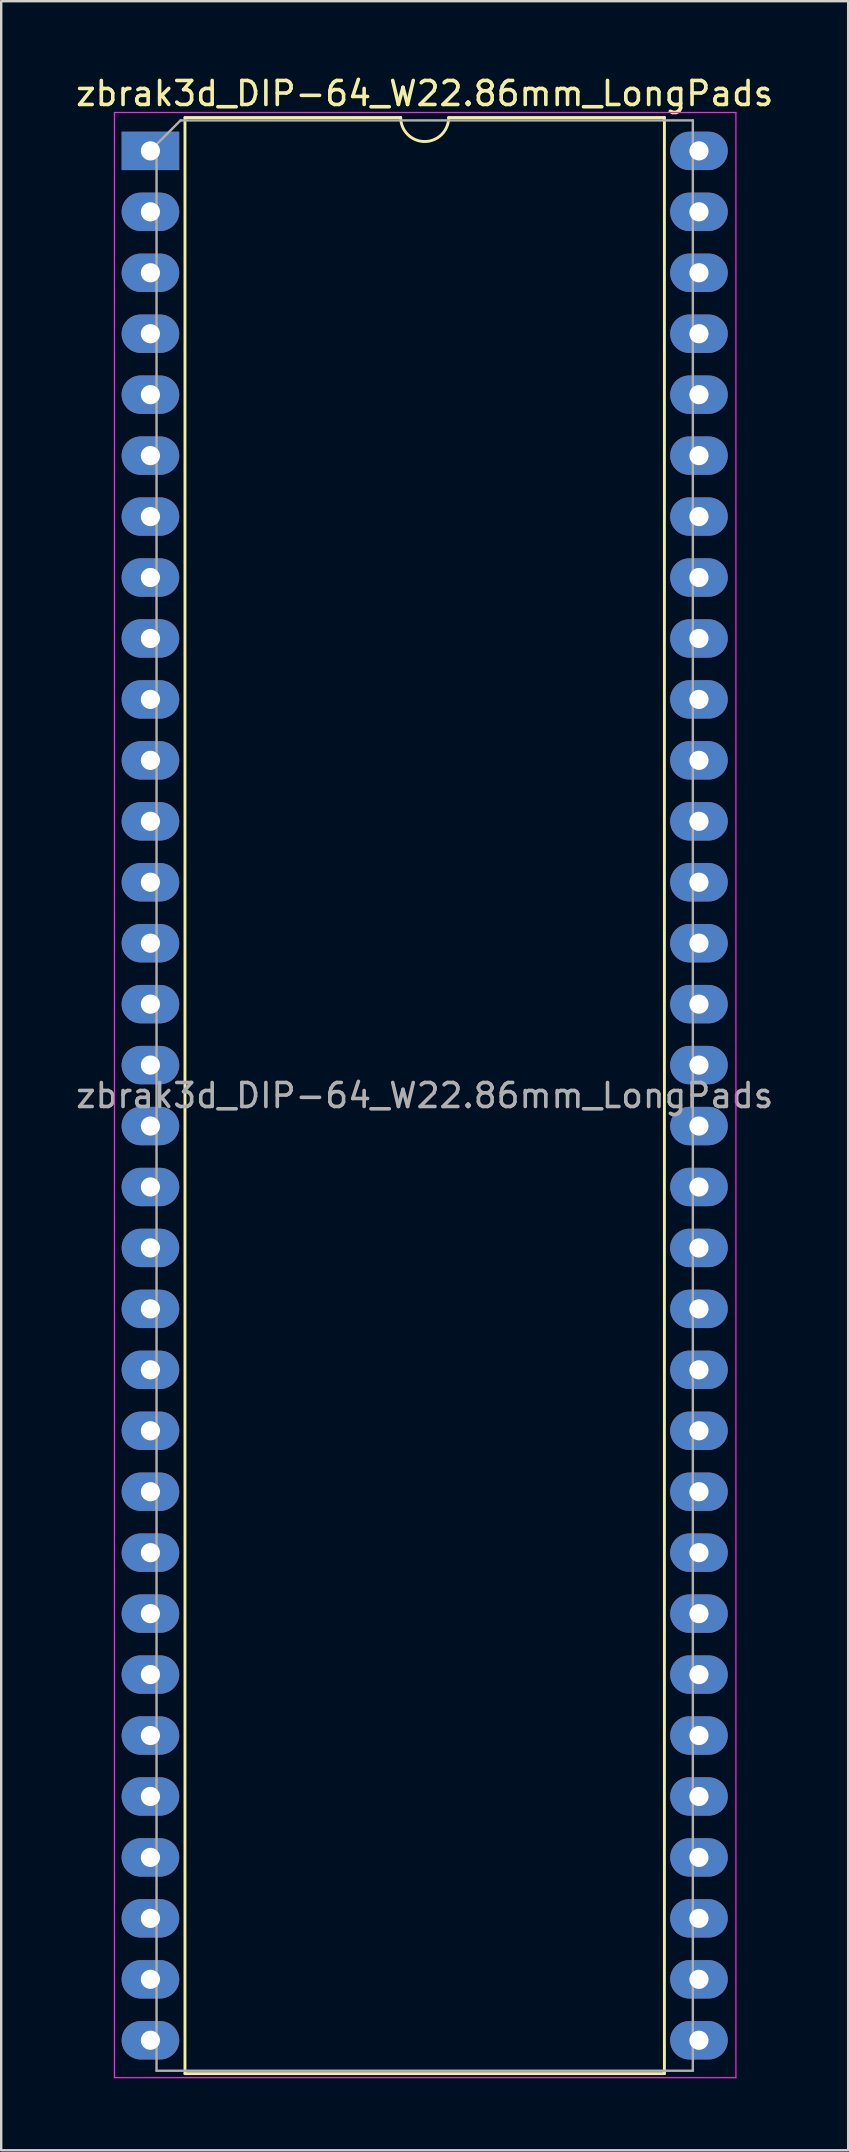
<source format=kicad_pcb>
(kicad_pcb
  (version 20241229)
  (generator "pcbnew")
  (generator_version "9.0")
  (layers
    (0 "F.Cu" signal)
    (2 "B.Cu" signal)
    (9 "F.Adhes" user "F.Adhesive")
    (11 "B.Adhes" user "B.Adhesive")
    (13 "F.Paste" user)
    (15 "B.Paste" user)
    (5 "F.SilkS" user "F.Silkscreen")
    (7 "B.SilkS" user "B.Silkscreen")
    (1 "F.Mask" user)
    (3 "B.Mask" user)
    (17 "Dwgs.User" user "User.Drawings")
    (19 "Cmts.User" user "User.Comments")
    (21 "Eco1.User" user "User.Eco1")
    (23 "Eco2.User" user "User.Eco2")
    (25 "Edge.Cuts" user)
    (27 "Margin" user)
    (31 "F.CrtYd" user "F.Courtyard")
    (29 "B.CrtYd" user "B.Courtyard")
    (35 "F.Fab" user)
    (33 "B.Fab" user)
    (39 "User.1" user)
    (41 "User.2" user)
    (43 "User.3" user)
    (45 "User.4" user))
  (footprint "zbrak3d_DIP-64_W22.86mm_LongPads"
    (layer "F.Cu")
    (at 3.219 3.238)
    (property "Reference" "zbrak3d_DIP-64_W22.86mm_LongPads" (at 11.43 -2.39 0) (layer "F.SilkS") (effects (font (size 1 1) (thickness 0.15))))
    (attr through_hole)
    (fp_line (start 1.44 -1.39) (end 1.44 80.13) (stroke (width 0.12) (type solid)) (layer "F.SilkS"))
    (fp_line (start 1.44 80.13) (end 21.42 80.13) (stroke (width 0.12) (type solid)) (layer "F.SilkS"))
    (fp_line (start 10.43 -1.39) (end 1.44 -1.39) (stroke (width 0.12) (type solid)) (layer "F.SilkS"))
    (fp_line (start 21.42 -1.39) (end 12.43 -1.39) (stroke (width 0.12) (type solid)) (layer "F.SilkS"))
    (fp_line (start 21.42 80.13) (end 21.42 -1.39) (stroke (width 0.12) (type solid)) (layer "F.SilkS"))
    (fp_arc (start 12.43 -1.39) (mid 11.43 -0.39) (end 10.43 -1.39) (stroke (width 0.12) (type solid)) (layer "F.SilkS"))
    (fp_line (start -1.5 -1.6) (end -1.5 80.3) (stroke (width 0.05) (type solid)) (layer "F.CrtYd"))
    (fp_line (start -1.5 80.3) (end 24.4 80.3) (stroke (width 0.05) (type solid)) (layer "F.CrtYd"))
    (fp_line (start 24.4 -1.6) (end -1.5 -1.6) (stroke (width 0.05) (type solid)) (layer "F.CrtYd"))
    (fp_line (start 24.4 80.3) (end 24.4 -1.6) (stroke (width 0.05) (type solid)) (layer "F.CrtYd"))
    (fp_line (start 0.255 -0.27) (end 1.255 -1.27) (stroke (width 0.1) (type solid)) (layer "F.Fab"))
    (fp_line (start 0.255 80.01) (end 0.255 -0.27) (stroke (width 0.1) (type solid)) (layer "F.Fab"))
    (fp_line (start 1.255 -1.27) (end 22.605 -1.27) (stroke (width 0.1) (type solid)) (layer "F.Fab"))
    (fp_line (start 22.605 -1.27) (end 22.605 80.01) (stroke (width 0.1) (type solid)) (layer "F.Fab"))
    (fp_line (start 22.605 80.01) (end 0.255 80.01) (stroke (width 0.1) (type solid)) (layer "F.Fab"))
    (fp_text user "${REFERENCE}" (at 11.43 39.37 0) (layer "F.Fab") (effects (font (size 1 1) (thickness 0.15))))
    (pad "1" thru_hole rect (at 0 0) (size 2.4 1.6) (drill 0.8) (layers "*.Cu" "*.Mask"))
    (pad "2" thru_hole oval (at 0 2.54) (size 2.4 1.6) (drill 0.8) (layers "*.Cu" "*.Mask"))
    (pad "3" thru_hole oval (at 0 5.08) (size 2.4 1.6) (drill 0.8) (layers "*.Cu" "*.Mask"))
    (pad "4" thru_hole oval (at 0 7.62) (size 2.4 1.6) (drill 0.8) (layers "*.Cu" "*.Mask"))
    (pad "5" thru_hole oval (at 0 10.16) (size 2.4 1.6) (drill 0.8) (layers "*.Cu" "*.Mask"))
    (pad "6" thru_hole oval (at 0 12.7) (size 2.4 1.6) (drill 0.8) (layers "*.Cu" "*.Mask"))
    (pad "7" thru_hole oval (at 0 15.24) (size 2.4 1.6) (drill 0.8) (layers "*.Cu" "*.Mask"))
    (pad "8" thru_hole oval (at 0 17.78) (size 2.4 1.6) (drill 0.8) (layers "*.Cu" "*.Mask"))
    (pad "9" thru_hole oval (at 0 20.32) (size 2.4 1.6) (drill 0.8) (layers "*.Cu" "*.Mask"))
    (pad "10" thru_hole oval (at 0 22.86) (size 2.4 1.6) (drill 0.8) (layers "*.Cu" "*.Mask"))
    (pad "11" thru_hole oval (at 0 25.4) (size 2.4 1.6) (drill 0.8) (layers "*.Cu" "*.Mask"))
    (pad "12" thru_hole oval (at 0 27.94) (size 2.4 1.6) (drill 0.8) (layers "*.Cu" "*.Mask"))
    (pad "13" thru_hole oval (at 0 30.48) (size 2.4 1.6) (drill 0.8) (layers "*.Cu" "*.Mask"))
    (pad "14" thru_hole oval (at 0 33.02) (size 2.4 1.6) (drill 0.8) (layers "*.Cu" "*.Mask"))
    (pad "15" thru_hole oval (at 0 35.56) (size 2.4 1.6) (drill 0.8) (layers "*.Cu" "*.Mask"))
    (pad "16" thru_hole oval (at 0 38.1) (size 2.4 1.6) (drill 0.8) (layers "*.Cu" "*.Mask"))
    (pad "17" thru_hole oval (at 0 40.64) (size 2.4 1.6) (drill 0.8) (layers "*.Cu" "*.Mask"))
    (pad "18" thru_hole oval (at 0 43.18) (size 2.4 1.6) (drill 0.8) (layers "*.Cu" "*.Mask"))
    (pad "19" thru_hole oval (at 0 45.72) (size 2.4 1.6) (drill 0.8) (layers "*.Cu" "*.Mask"))
    (pad "20" thru_hole oval (at 0 48.26) (size 2.4 1.6) (drill 0.8) (layers "*.Cu" "*.Mask"))
    (pad "21" thru_hole oval (at 0 50.8) (size 2.4 1.6) (drill 0.8) (layers "*.Cu" "*.Mask"))
    (pad "22" thru_hole oval (at 0 53.34) (size 2.4 1.6) (drill 0.8) (layers "*.Cu" "*.Mask"))
    (pad "23" thru_hole oval (at 0 55.88) (size 2.4 1.6) (drill 0.8) (layers "*.Cu" "*.Mask"))
    (pad "24" thru_hole oval (at 0 58.42) (size 2.4 1.6) (drill 0.8) (layers "*.Cu" "*.Mask"))
    (pad "25" thru_hole oval (at 0 60.96) (size 2.4 1.6) (drill 0.8) (layers "*.Cu" "*.Mask"))
    (pad "26" thru_hole oval (at 0 63.5) (size 2.4 1.6) (drill 0.8) (layers "*.Cu" "*.Mask"))
    (pad "27" thru_hole oval (at 0 66.04) (size 2.4 1.6) (drill 0.8) (layers "*.Cu" "*.Mask"))
    (pad "28" thru_hole oval (at 0 68.58) (size 2.4 1.6) (drill 0.8) (layers "*.Cu" "*.Mask"))
    (pad "29" thru_hole oval (at 0 71.12) (size 2.4 1.6) (drill 0.8) (layers "*.Cu" "*.Mask"))
    (pad "30" thru_hole oval (at 0 73.66) (size 2.4 1.6) (drill 0.8) (layers "*.Cu" "*.Mask"))
    (pad "31" thru_hole oval (at 0 76.2) (size 2.4 1.6) (drill 0.8) (layers "*.Cu" "*.Mask"))
    (pad "32" thru_hole oval (at 0 78.74) (size 2.4 1.6) (drill 0.8) (layers "*.Cu" "*.Mask"))
    (pad "33" thru_hole oval (at 22.86 78.74) (size 2.4 1.6) (drill 0.8) (layers "*.Cu" "*.Mask"))
    (pad "34" thru_hole oval (at 22.86 76.2) (size 2.4 1.6) (drill 0.8) (layers "*.Cu" "*.Mask"))
    (pad "35" thru_hole oval (at 22.86 73.66) (size 2.4 1.6) (drill 0.8) (layers "*.Cu" "*.Mask"))
    (pad "36" thru_hole oval (at 22.86 71.12) (size 2.4 1.6) (drill 0.8) (layers "*.Cu" "*.Mask"))
    (pad "37" thru_hole oval (at 22.86 68.58) (size 2.4 1.6) (drill 0.8) (layers "*.Cu" "*.Mask"))
    (pad "38" thru_hole oval (at 22.86 66.04) (size 2.4 1.6) (drill 0.8) (layers "*.Cu" "*.Mask"))
    (pad "39" thru_hole oval (at 22.86 63.5) (size 2.4 1.6) (drill 0.8) (layers "*.Cu" "*.Mask"))
    (pad "40" thru_hole oval (at 22.86 60.96) (size 2.4 1.6) (drill 0.8) (layers "*.Cu" "*.Mask"))
    (pad "41" thru_hole oval (at 22.86 58.42) (size 2.4 1.6) (drill 0.8) (layers "*.Cu" "*.Mask"))
    (pad "42" thru_hole oval (at 22.86 55.88) (size 2.4 1.6) (drill 0.8) (layers "*.Cu" "*.Mask"))
    (pad "43" thru_hole oval (at 22.86 53.34) (size 2.4 1.6) (drill 0.8) (layers "*.Cu" "*.Mask"))
    (pad "44" thru_hole oval (at 22.86 50.8) (size 2.4 1.6) (drill 0.8) (layers "*.Cu" "*.Mask"))
    (pad "45" thru_hole oval (at 22.86 48.26) (size 2.4 1.6) (drill 0.8) (layers "*.Cu" "*.Mask"))
    (pad "46" thru_hole oval (at 22.86 45.72) (size 2.4 1.6) (drill 0.8) (layers "*.Cu" "*.Mask"))
    (pad "47" thru_hole oval (at 22.86 43.18) (size 2.4 1.6) (drill 0.8) (layers "*.Cu" "*.Mask"))
    (pad "48" thru_hole oval (at 22.86 40.64) (size 2.4 1.6) (drill 0.8) (layers "*.Cu" "*.Mask"))
    (pad "49" thru_hole oval (at 22.86 38.1) (size 2.4 1.6) (drill 0.8) (layers "*.Cu" "*.Mask"))
    (pad "50" thru_hole oval (at 22.86 35.56) (size 2.4 1.6) (drill 0.8) (layers "*.Cu" "*.Mask"))
    (pad "51" thru_hole oval (at 22.86 33.02) (size 2.4 1.6) (drill 0.8) (layers "*.Cu" "*.Mask"))
    (pad "52" thru_hole oval (at 22.86 30.48) (size 2.4 1.6) (drill 0.8) (layers "*.Cu" "*.Mask"))
    (pad "53" thru_hole oval (at 22.86 27.94) (size 2.4 1.6) (drill 0.8) (layers "*.Cu" "*.Mask"))
    (pad "54" thru_hole oval (at 22.86 25.4) (size 2.4 1.6) (drill 0.8) (layers "*.Cu" "*.Mask"))
    (pad "55" thru_hole oval (at 22.86 22.86) (size 2.4 1.6) (drill 0.8) (layers "*.Cu" "*.Mask"))
    (pad "56" thru_hole oval (at 22.86 20.32) (size 2.4 1.6) (drill 0.8) (layers "*.Cu" "*.Mask"))
    (pad "57" thru_hole oval (at 22.86 17.78) (size 2.4 1.6) (drill 0.8) (layers "*.Cu" "*.Mask"))
    (pad "58" thru_hole oval (at 22.86 15.24) (size 2.4 1.6) (drill 0.8) (layers "*.Cu" "*.Mask"))
    (pad "59" thru_hole oval (at 22.86 12.7) (size 2.4 1.6) (drill 0.8) (layers "*.Cu" "*.Mask"))
    (pad "60" thru_hole oval (at 22.86 10.16) (size 2.4 1.6) (drill 0.8) (layers "*.Cu" "*.Mask"))
    (pad "61" thru_hole oval (at 22.86 7.62) (size 2.4 1.6) (drill 0.8) (layers "*.Cu" "*.Mask"))
    (pad "62" thru_hole oval (at 22.86 5.08) (size 2.4 1.6) (drill 0.8) (layers "*.Cu" "*.Mask"))
    (pad "63" thru_hole oval (at 22.86 2.54) (size 2.4 1.6) (drill 0.8) (layers "*.Cu" "*.Mask"))
    (pad "64" thru_hole oval (at 22.86 0) (size 2.4 1.6) (drill 0.8) (layers "*.Cu" "*.Mask")))
  (gr_rect
    (start -3 -3)
    (end 32.298 86.563)
    (stroke (width 0.1) (type default))
    (fill no)
    (layer "Edge.Cuts")))
</source>
